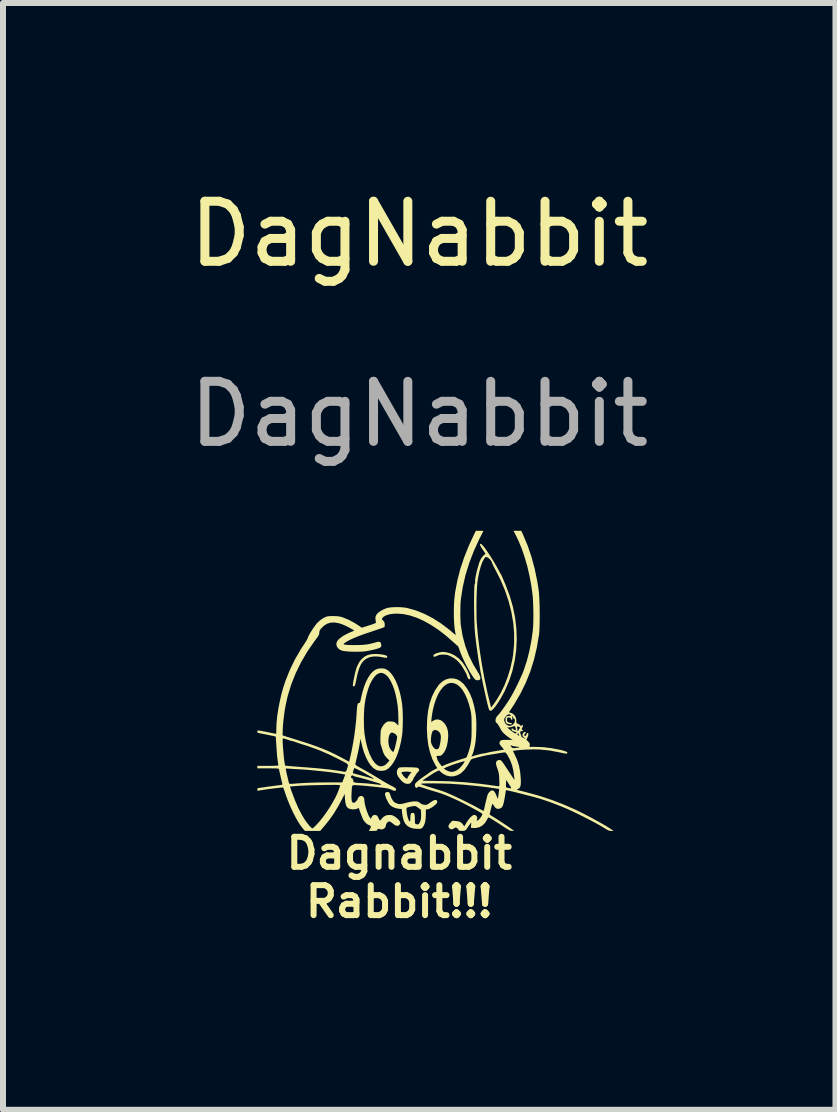
<source format=kicad_pcb>
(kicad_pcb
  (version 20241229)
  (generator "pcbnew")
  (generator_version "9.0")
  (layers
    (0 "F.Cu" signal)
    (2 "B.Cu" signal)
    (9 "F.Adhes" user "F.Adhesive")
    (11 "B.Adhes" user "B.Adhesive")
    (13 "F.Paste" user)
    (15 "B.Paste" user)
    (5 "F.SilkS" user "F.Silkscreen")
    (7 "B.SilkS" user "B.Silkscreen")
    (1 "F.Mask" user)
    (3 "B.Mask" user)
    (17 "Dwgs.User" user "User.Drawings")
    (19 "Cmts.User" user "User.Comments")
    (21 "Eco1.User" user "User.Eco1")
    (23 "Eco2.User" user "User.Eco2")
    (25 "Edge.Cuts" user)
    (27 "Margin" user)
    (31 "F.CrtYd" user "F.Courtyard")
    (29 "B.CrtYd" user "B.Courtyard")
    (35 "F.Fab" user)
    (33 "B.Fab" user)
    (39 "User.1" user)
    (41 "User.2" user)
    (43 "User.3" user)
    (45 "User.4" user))
  (footprint "DagNabbit"
    (layer "F.Cu")
    (at 3.935 8.928)
    (property "Reference" "DagNabbit" (at 0 -8.08 0) (unlocked yes) (layer "F.SilkS") (effects (font (size 1 1) (thickness 0.15))))
    (attr smd board_only)
    (fp_poly (pts (xy 0.434 -1.114) (xy 0.444 -1.112) (xy 0.521 -1.092) (xy 0.594 -1.056) (xy 0.661 -1.006) (xy 0.721 -0.942) (xy 0.774 -0.864) (xy 0.797 -0.821) (xy 0.823 -0.765) (xy 0.841 -0.721) (xy 0.85 -0.69) (xy 0.85 -0.67) (xy 0.841 -0.661) (xy 0.835 -0.66) (xy 0.819 -0.668) (xy 0.806 -0.69) (xy 0.798 -0.711) (xy 0.794 -0.725) (xy 0.793 -0.727) (xy 0.789 -0.74) (xy 0.778 -0.763) (xy 0.762 -0.793) (xy 0.742 -0.827) (xy 0.722 -0.861) (xy 0.703 -0.891) (xy 0.688 -0.911) (xy 0.65 -0.956) (xy 0.611 -0.991) (xy 0.565 -1.022) (xy 0.528 -1.041) (xy 0.494 -1.057) (xy 0.467 -1.066) (xy 0.44 -1.07) (xy 0.405 -1.072) (xy 0.403 -1.072) (xy 0.363 -1.071) (xy 0.333 -1.066) (xy 0.306 -1.056) (xy 0.301 -1.054) (xy 0.268 -1.04) (xy 0.247 -1.036) (xy 0.237 -1.042) (xy 0.235 -1.051) (xy 0.241 -1.069) (xy 0.261 -1.084) (xy 0.296 -1.098) (xy 0.33 -1.107) (xy 0.367 -1.115) (xy 0.399 -1.117)) (stroke (width 0) (type solid)) (fill yes) (layer "F.SilkS"))
    (fp_poly (pts (xy -0.649 -1.078) (xy -0.603 -1.071) (xy -0.569 -1.063) (xy -0.548 -1.056) (xy -0.538 -1.048) (xy -0.534 -1.039) (xy -0.533 -1.037) (xy -0.534 -1.026) (xy -0.54 -1.02) (xy -0.556 -1.019) (xy -0.582 -1.022) (xy -0.621 -1.029) (xy -0.632 -1.032) (xy -0.691 -1.04) (xy -0.751 -1.041) (xy -0.806 -1.034) (xy -0.85 -1.02) (xy -0.891 -0.998) (xy -0.926 -0.97) (xy -0.956 -0.935) (xy -0.982 -0.89) (xy -1.004 -0.834) (xy -1.025 -0.765) (xy -1.044 -0.682) (xy -1.048 -0.66) (xy -1.057 -0.615) (xy -1.064 -0.584) (xy -1.07 -0.564) (xy -1.075 -0.552) (xy -1.082 -0.547) (xy -1.09 -0.545) (xy -1.1 -0.544) (xy -1.106 -0.548) (xy -1.106 -0.561) (xy -1.104 -0.587) (xy -1.103 -0.591) (xy -1.097 -0.633) (xy -1.087 -0.683) (xy -1.076 -0.737) (xy -1.063 -0.79) (xy -1.05 -0.837) (xy -1.038 -0.873) (xy -1.035 -0.879) (xy -1 -0.947) (xy -0.956 -1.002) (xy -0.903 -1.044) (xy -0.855 -1.066) (xy -0.814 -1.076) (xy -0.763 -1.082) (xy -0.706 -1.082)) (stroke (width 0) (type solid)) (fill yes) (layer "F.SilkS"))
    (fp_poly (pts (xy -0.205 0.804) (xy -0.154 0.805) (xy -0.107 0.806) (xy -0.096 0.807) (xy -0.06 0.809) (xy -0.037 0.812) (xy -0.024 0.817) (xy -0.015 0.824) (xy -0.008 0.834) (xy -0.001 0.847) (xy -0.001 0.858) (xy -0.009 0.87) (xy -0.026 0.888) (xy -0.043 0.907) (xy -0.054 0.921) (xy -0.057 0.926) (xy -0.061 0.936) (xy -0.073 0.954) (xy -0.077 0.96) (xy -0.091 0.98) (xy -0.098 0.997) (xy -0.098 1) (xy -0.103 1.013) (xy -0.117 1.032) (xy -0.128 1.047) (xy -0.148 1.068) (xy -0.164 1.078) (xy -0.183 1.081) (xy -0.193 1.082) (xy -0.223 1.078) (xy -0.25 1.067) (xy -0.253 1.066) (xy -0.286 1.04) (xy -0.321 1.002) (xy -0.351 0.961) (xy -0.369 0.923) (xy -0.373 0.894) (xy -0.298 0.894) (xy -0.292 0.908) (xy -0.286 0.915) (xy -0.275 0.928) (xy -0.273 0.935) (xy -0.267 0.945) (xy -0.253 0.96) (xy -0.235 0.977) (xy -0.217 0.991) (xy -0.205 0.998) (xy -0.205 0.998) (xy -0.199 0.992) (xy -0.198 0.987) (xy -0.194 0.975) (xy -0.181 0.955) (xy -0.165 0.931) (xy -0.131 0.886) (xy -0.171 0.88) (xy -0.204 0.877) (xy -0.237 0.878) (xy -0.266 0.881) (xy -0.288 0.886) (xy -0.298 0.893) (xy -0.298 0.894) (xy -0.373 0.894) (xy -0.374 0.884) (xy -0.367 0.849) (xy -0.354 0.827) (xy -0.345 0.817) (xy -0.334 0.81) (xy -0.319 0.807) (xy -0.295 0.805) (xy -0.259 0.804) (xy -0.252 0.804)) (stroke (width 0) (type solid)) (fill yes) (layer "F.SilkS"))
    (fp_poly (pts (xy -0.508 1.22) (xy -0.503 1.223) (xy -0.493 1.238) (xy -0.485 1.259) (xy -0.475 1.29) (xy -0.46 1.325) (xy -0.441 1.357) (xy -0.423 1.38) (xy -0.422 1.381) (xy -0.403 1.394) (xy -0.376 1.406) (xy -0.366 1.41) (xy -0.347 1.416) (xy -0.328 1.418) (xy -0.307 1.417) (xy -0.281 1.413) (xy -0.245 1.404) (xy -0.196 1.391) (xy -0.153 1.382) (xy -0.108 1.375) (xy -0.075 1.373) (xy -0.044 1.374) (xy -0.022 1.378) (xy -0.005 1.386) (xy 0.013 1.4) (xy 0.046 1.421) (xy 0.084 1.43) (xy 0.086 1.43) (xy 0.107 1.431) (xy 0.123 1.429) (xy 0.14 1.422) (xy 0.162 1.407) (xy 0.185 1.391) (xy 0.224 1.365) (xy 0.253 1.352) (xy 0.275 1.349) (xy 0.292 1.358) (xy 0.292 1.358) (xy 0.302 1.378) (xy 0.295 1.401) (xy 0.273 1.426) (xy 0.266 1.432) (xy 0.218 1.469) (xy 0.177 1.493) (xy 0.146 1.505) (xy 0.135 1.507) (xy 0.11 1.507) (xy 0.11 1.593) (xy 0.106 1.667) (xy 0.095 1.729) (xy 0.076 1.777) (xy 0.055 1.808) (xy 0.041 1.821) (xy 0.026 1.828) (xy 0.006 1.831) (xy -0.023 1.831) (xy -0.057 1.829) (xy -0.09 1.826) (xy -0.109 1.823) (xy -0.161 1.805) (xy -0.203 1.778) (xy -0.236 1.741) (xy -0.26 1.691) (xy -0.276 1.629) (xy -0.284 1.58) (xy -0.293 1.5) (xy -0.341 1.497) (xy -0.353 1.494) (xy -0.213 1.494) (xy -0.213 1.519) (xy -0.209 1.551) (xy -0.204 1.587) (xy -0.197 1.622) (xy -0.188 1.653) (xy -0.182 1.67) (xy -0.169 1.697) (xy -0.159 1.709) (xy -0.153 1.705) (xy -0.149 1.685) (xy -0.148 1.65) (xy -0.147 1.611) (xy -0.142 1.585) (xy -0.133 1.571) (xy -0.118 1.565) (xy -0.111 1.565) (xy -0.095 1.567) (xy -0.084 1.576) (xy -0.077 1.594) (xy -0.074 1.623) (xy -0.073 1.666) (xy -0.073 1.666) (xy -0.073 1.705) (xy -0.071 1.73) (xy -0.066 1.745) (xy -0.056 1.752) (xy -0.039 1.755) (xy -0.025 1.756) (xy -0.012 1.753) (xy -0.000099 1.74) (xy 0.012 1.717) (xy 0.021 1.693) (xy 0.027 1.668) (xy 0.03 1.635) (xy 0.03 1.595) (xy 0.03 1.557) (xy 0.029 1.531) (xy 0.026 1.516) (xy 0.02 1.507) (xy 0.015 1.503) (xy -0.001 1.493) (xy -0.023 1.477) (xy -0.03 1.471) (xy -0.054 1.455) (xy -0.075 1.45) (xy -0.09 1.451) (xy -0.129 1.458) (xy -0.164 1.465) (xy -0.192 1.473) (xy -0.208 1.48) (xy -0.21 1.482) (xy -0.213 1.494) (xy -0.353 1.494) (xy -0.398 1.485) (xy -0.437 1.468) (xy -0.465 1.452) (xy -0.486 1.435) (xy -0.504 1.411) (xy -0.517 1.39) (xy -0.54 1.347) (xy -0.557 1.306) (xy -0.568 1.271) (xy -0.571 1.245) (xy -0.568 1.233) (xy -0.552 1.221) (xy -0.529 1.216)) (stroke (width 0) (type solid)) (fill yes) (layer "F.SilkS"))
    (fp_poly (pts (xy 1.038 -2.911) (xy 1.057 -2.892) (xy 1.082 -2.861) (xy 1.111 -2.822) (xy 1.143 -2.775) (xy 1.178 -2.723) (xy 1.213 -2.667) (xy 1.249 -2.609) (xy 1.282 -2.551) (xy 1.313 -2.496) (xy 1.328 -2.468) (xy 1.342 -2.441) (xy 1.354 -2.421) (xy 1.36 -2.41) (xy 1.36 -2.41) (xy 1.366 -2.401) (xy 1.375 -2.381) (xy 1.384 -2.36) (xy 1.396 -2.333) (xy 1.412 -2.296) (xy 1.429 -2.255) (xy 1.441 -2.227) (xy 1.508 -2.048) (xy 1.56 -1.868) (xy 1.597 -1.687) (xy 1.618 -1.505) (xy 1.624 -1.325) (xy 1.615 -1.146) (xy 1.59 -0.97) (xy 1.551 -0.798) (xy 1.496 -0.631) (xy 1.427 -0.472) (xy 1.393 -0.407) (xy 1.358 -0.345) (xy 1.323 -0.288) (xy 1.289 -0.237) (xy 1.258 -0.195) (xy 1.229 -0.163) (xy 1.206 -0.142) (xy 1.188 -0.135) (xy 1.173 -0.142) (xy 1.162 -0.158) (xy 1.157 -0.173) (xy 1.149 -0.202) (xy 1.139 -0.24) (xy 1.128 -0.286) (xy 1.119 -0.323) (xy 1.066 -0.561) (xy 1.02 -0.791) (xy 0.982 -1.016) (xy 0.95 -1.243) (xy 0.929 -1.423) (xy 0.926 -1.465) (xy 0.922 -1.517) (xy 0.92 -1.578) (xy 0.917 -1.645) (xy 0.916 -1.717) (xy 0.914 -1.792) (xy 0.914 -1.816) (xy 0.953 -1.816) (xy 0.954 -1.738) (xy 0.955 -1.666) (xy 0.958 -1.604) (xy 0.96 -1.583) (xy 0.979 -1.365) (xy 1.008 -1.138) (xy 1.044 -0.904) (xy 1.087 -0.668) (xy 1.137 -0.434) (xy 1.161 -0.334) (xy 1.196 -0.19) (xy 1.216 -0.215) (xy 1.229 -0.232) (xy 1.248 -0.258) (xy 1.271 -0.291) (xy 1.29 -0.32) (xy 1.359 -0.436) (xy 1.421 -0.565) (xy 1.474 -0.703) (xy 1.518 -0.847) (xy 1.551 -0.994) (xy 1.563 -1.068) (xy 1.58 -1.242) (xy 1.581 -1.419) (xy 1.566 -1.598) (xy 1.535 -1.779) (xy 1.489 -1.96) (xy 1.428 -2.141) (xy 1.352 -2.321) (xy 1.265 -2.492) (xy 1.245 -2.53) (xy 1.228 -2.564) (xy 1.216 -2.59) (xy 1.21 -2.606) (xy 1.21 -2.607) (xy 1.204 -2.625) (xy 1.188 -2.647) (xy 1.167 -2.669) (xy 1.145 -2.687) (xy 1.126 -2.697) (xy 1.126 -2.697) (xy 1.111 -2.699) (xy 1.098 -2.691) (xy 1.083 -2.672) (xy 1.083 -2.671) (xy 1.053 -2.618) (xy 1.027 -2.549) (xy 1.003 -2.464) (xy 0.982 -2.363) (xy 0.972 -2.302) (xy 0.967 -2.259) (xy 0.963 -2.203) (xy 0.959 -2.136) (xy 0.956 -2.06) (xy 0.954 -1.98) (xy 0.953 -1.898) (xy 0.953 -1.816) (xy 0.914 -1.816) (xy 0.913 -1.867) (xy 0.913 -1.941) (xy 0.913 -2.011) (xy 0.914 -2.076) (xy 0.915 -2.134) (xy 0.917 -2.183) (xy 0.919 -2.22) (xy 0.922 -2.245) (xy 0.925 -2.253) (xy 0.932 -2.269) (xy 0.931 -2.278) (xy 0.929 -2.296) (xy 0.932 -2.327) (xy 0.938 -2.367) (xy 0.948 -2.414) (xy 0.959 -2.465) (xy 0.973 -2.516) (xy 0.987 -2.565) (xy 1.001 -2.608) (xy 1.014 -2.642) (xy 1.019 -2.653) (xy 1.037 -2.683) (xy 1.059 -2.712) (xy 1.08 -2.733) (xy 1.094 -2.742) (xy 1.1 -2.746) (xy 1.1 -2.754) (xy 1.093 -2.769) (xy 1.077 -2.792) (xy 1.06 -2.817) (xy 1.032 -2.857) (xy 1.016 -2.887) (xy 1.011 -2.906) (xy 1.016 -2.916) (xy 1.026 -2.918)) (stroke (width 0) (type solid)) (fill yes) (layer "F.SilkS"))
    (fp_poly (pts (xy 1.036 -3.135) (xy 1.058 -3.134) (xy 1.068 -3.133) (xy 1.068 -3.133) (xy 1.065 -3.125) (xy 1.055 -3.105) (xy 1.04 -3.075) (xy 1.021 -3.037) (xy 1.003 -3.002) (xy 0.911 -2.803) (xy 0.834 -2.602) (xy 0.771 -2.4) (xy 0.725 -2.199) (xy 0.694 -2) (xy 0.693 -1.993) (xy 0.689 -1.943) (xy 0.686 -1.882) (xy 0.685 -1.814) (xy 0.684 -1.744) (xy 0.686 -1.676) (xy 0.688 -1.615) (xy 0.692 -1.565) (xy 0.693 -1.556) (xy 0.722 -1.385) (xy 0.766 -1.22) (xy 0.824 -1.062) (xy 0.898 -0.911) (xy 0.965 -0.8) (xy 0.996 -0.748) (xy 1.014 -0.707) (xy 1.019 -0.677) (xy 1.012 -0.656) (xy 0.992 -0.646) (xy 0.963 -0.645) (xy 0.949 -0.647) (xy 0.937 -0.652) (xy 0.925 -0.663) (xy 0.91 -0.681) (xy 0.89 -0.71) (xy 0.879 -0.727) (xy 0.843 -0.783) (xy 0.806 -0.85) (xy 0.768 -0.922) (xy 0.733 -0.996) (xy 0.702 -1.066) (xy 0.678 -1.128) (xy 0.676 -1.133) (xy 0.664 -1.168) (xy 0.653 -1.196) (xy 0.645 -1.213) (xy 0.641 -1.218) (xy 0.632 -1.224) (xy 0.614 -1.238) (xy 0.59 -1.26) (xy 0.565 -1.282) (xy 0.442 -1.39) (xy 0.319 -1.485) (xy 0.196 -1.566) (xy 0.075 -1.634) (xy -0.043 -1.687) (xy -0.159 -1.725) (xy -0.271 -1.748) (xy -0.369 -1.755) (xy -0.441 -1.752) (xy -0.503 -1.742) (xy -0.555 -1.725) (xy -0.594 -1.703) (xy -0.6 -1.697) (xy -0.618 -1.678) (xy -0.622 -1.662) (xy -0.611 -1.647) (xy -0.601 -1.639) (xy -0.586 -1.622) (xy -0.578 -1.599) (xy -0.576 -1.58) (xy -0.575 -1.55) (xy -0.58 -1.533) (xy -0.583 -1.53) (xy -0.594 -1.525) (xy -0.618 -1.516) (xy -0.654 -1.503) (xy -0.698 -1.488) (xy -0.749 -1.471) (xy -0.79 -1.457) (xy -0.907 -1.418) (xy -1.008 -1.381) (xy -1.092 -1.347) (xy -1.161 -1.315) (xy -1.213 -1.286) (xy -1.221 -1.28) (xy -1.246 -1.264) (xy -1.258 -1.254) (xy -1.26 -1.248) (xy -1.253 -1.243) (xy -1.248 -1.24) (xy -1.232 -1.237) (xy -1.201 -1.234) (xy -1.157 -1.232) (xy -1.103 -1.231) (xy -1.069 -1.231) (xy -0.99 -1.232) (xy -0.923 -1.236) (xy -0.864 -1.243) (xy -0.808 -1.254) (xy -0.75 -1.269) (xy -0.714 -1.28) (xy -0.678 -1.287) (xy -0.654 -1.282) (xy -0.639 -1.265) (xy -0.633 -1.237) (xy -0.633 -1.213) (xy -0.64 -1.199) (xy -0.65 -1.19) (xy -0.671 -1.18) (xy -0.705 -1.169) (xy -0.749 -1.157) (xy -0.797 -1.146) (xy -0.847 -1.136) (xy -0.896 -1.128) (xy -0.909 -1.126) (xy -0.957 -1.122) (xy -1.012 -1.12) (xy -1.071 -1.12) (xy -1.131 -1.121) (xy -1.187 -1.124) (xy -1.236 -1.129) (xy -1.274 -1.135) (xy -1.287 -1.138) (xy -1.33 -1.158) (xy -1.36 -1.186) (xy -1.378 -1.22) (xy -1.381 -1.257) (xy -1.369 -1.293) (xy -1.348 -1.321) (xy -1.314 -1.351) (xy -1.268 -1.383) (xy -1.213 -1.414) (xy -1.151 -1.443) (xy -1.129 -1.452) (xy -1.081 -1.472) (xy -1.113 -1.491) (xy -1.17 -1.524) (xy -1.231 -1.554) (xy -1.291 -1.579) (xy -1.337 -1.594) (xy -1.409 -1.607) (xy -1.474 -1.605) (xy -1.533 -1.588) (xy -1.587 -1.554) (xy -1.628 -1.515) (xy -1.649 -1.489) (xy -1.66 -1.469) (xy -1.665 -1.449) (xy -1.665 -1.438) (xy -1.666 -1.423) (xy -1.67 -1.408) (xy -1.678 -1.391) (xy -1.692 -1.368) (xy -1.714 -1.338) (xy -1.743 -1.299) (xy -1.863 -1.126) (xy -1.968 -0.947) (xy -2.058 -0.763) (xy -2.133 -0.575) (xy -2.192 -0.382) (xy -2.223 -0.243) (xy -2.24 -0.151) (xy -2.254 -0.053) (xy -2.265 0.045) (xy -2.273 0.137) (xy -2.275 0.192) (xy -2.277 0.273) (xy -2.24 0.285) (xy -2.223 0.291) (xy -2.192 0.301) (xy -2.15 0.314) (xy -2.099 0.33) (xy -2.041 0.348) (xy -1.978 0.368) (xy -1.948 0.377) (xy -1.822 0.418) (xy -1.709 0.458) (xy -1.605 0.498) (xy -1.507 0.539) (xy -1.412 0.584) (xy -1.314 0.634) (xy -1.29 0.647) (xy -1.169 0.712) (xy -1.146 0.62) (xy -1.124 0.519) (xy -1.103 0.405) (xy -1.083 0.284) (xy -1.067 0.159) (xy -1.053 0.035) (xy -1.05 -0.007) (xy -0.923 -0.007) (xy -0.922 0.076) (xy -0.92 0.155) (xy -0.914 0.226) (xy -0.91 0.258) (xy -0.889 0.382) (xy -0.86 0.493) (xy -0.825 0.59) (xy -0.783 0.673) (xy -0.773 0.689) (xy -0.736 0.738) (xy -0.697 0.771) (xy -0.657 0.788) (xy -0.617 0.788) (xy -0.578 0.773) (xy -0.567 0.766) (xy -0.543 0.745) (xy -0.521 0.723) (xy -0.516 0.716) (xy -0.497 0.69) (xy -0.528 0.663) (xy -0.571 0.615) (xy -0.6 0.56) (xy -0.607 0.539) (xy -0.615 0.51) (xy -0.626 0.475) (xy -0.633 0.454) (xy -0.641 0.431) (xy -0.645 0.408) (xy -0.647 0.381) (xy -0.648 0.348) (xy -0.514 0.348) (xy -0.514 0.393) (xy -0.507 0.437) (xy -0.499 0.467) (xy -0.484 0.498) (xy -0.465 0.524) (xy -0.447 0.542) (xy -0.432 0.548) (xy -0.427 0.541) (xy -0.419 0.521) (xy -0.41 0.494) (xy -0.408 0.488) (xy -0.395 0.437) (xy -0.384 0.39) (xy -0.375 0.348) (xy -0.37 0.315) (xy -0.369 0.292) (xy -0.372 0.283) (xy -0.381 0.274) (xy -0.382 0.27) (xy -0.389 0.259) (xy -0.406 0.246) (xy -0.428 0.235) (xy -0.449 0.228) (xy -0.463 0.227) (xy -0.483 0.241) (xy -0.498 0.268) (xy -0.509 0.305) (xy -0.514 0.348) (xy -0.648 0.348) (xy -0.648 0.346) (xy -0.647 0.299) (xy -0.647 0.295) (xy -0.645 0.249) (xy -0.643 0.216) (xy -0.64 0.191) (xy -0.635 0.171) (xy -0.627 0.152) (xy -0.619 0.137) (xy -0.595 0.098) (xy -0.567 0.068) (xy -0.561 0.064) (xy -0.542 0.05) (xy -0.525 0.043) (xy -0.505 0.041) (xy -0.476 0.042) (xy -0.471 0.042) (xy -0.439 0.045) (xy -0.418 0.05) (xy -0.401 0.06) (xy -0.382 0.077) (xy -0.381 0.078) (xy -0.348 0.11) (xy -0.348 -0.012) (xy -0.351 -0.117) (xy -0.36 -0.219) (xy -0.375 -0.316) (xy -0.394 -0.407) (xy -0.417 -0.49) (xy -0.445 -0.565) (xy -0.476 -0.631) (xy -0.509 -0.685) (xy -0.545 -0.726) (xy -0.584 -0.754) (xy -0.623 -0.768) (xy -0.636 -0.768) (xy -0.675 -0.76) (xy -0.714 -0.737) (xy -0.751 -0.698) (xy -0.786 -0.647) (xy -0.819 -0.584) (xy -0.848 -0.509) (xy -0.873 -0.425) (xy -0.895 -0.332) (xy -0.911 -0.232) (xy -0.917 -0.167) (xy -0.921 -0.09) (xy -0.923 -0.007) (xy -1.05 -0.007) (xy -1.044 -0.083) (xy -1.042 -0.12) (xy -1.038 -0.174) (xy -1.034 -0.213) (xy -1.029 -0.241) (xy -1.021 -0.257) (xy -1.012 -0.266) (xy -0.999 -0.268) (xy -0.999 -0.268) (xy -0.991 -0.272) (xy -0.985 -0.284) (xy -0.978 -0.308) (xy -0.971 -0.343) (xy -0.947 -0.446) (xy -0.918 -0.54) (xy -0.885 -0.624) (xy -0.847 -0.696) (xy -0.806 -0.755) (xy -0.762 -0.799) (xy -0.72 -0.826) (xy -0.681 -0.839) (xy -0.634 -0.843) (xy -0.589 -0.84) (xy -0.561 -0.832) (xy -0.515 -0.804) (xy -0.47 -0.76) (xy -0.429 -0.703) (xy -0.391 -0.633) (xy -0.357 -0.551) (xy -0.328 -0.459) (xy -0.304 -0.358) (xy -0.286 -0.249) (xy -0.286 -0.246) (xy -0.28 -0.186) (xy -0.276 -0.114) (xy -0.274 -0.034) (xy -0.274 0.048) (xy -0.276 0.127) (xy -0.279 0.201) (xy -0.285 0.262) (xy -0.286 0.268) (xy -0.304 0.377) (xy -0.328 0.478) (xy -0.357 0.571) (xy -0.39 0.653) (xy -0.428 0.723) (xy -0.47 0.781) (xy -0.514 0.825) (xy -0.56 0.853) (xy -0.561 0.853) (xy -0.601 0.863) (xy -0.647 0.864) (xy -0.692 0.858) (xy -0.72 0.848) (xy -0.767 0.817) (xy -0.811 0.77) (xy -0.852 0.71) (xy -0.889 0.636) (xy -0.923 0.55) (xy -0.951 0.454) (xy -0.959 0.417) (xy -0.979 0.331) (xy -0.997 0.438) (xy -1.007 0.491) (xy -1.019 0.551) (xy -1.032 0.608) (xy -1.04 0.645) (xy -1.05 0.684) (xy -1.058 0.718) (xy -1.063 0.744) (xy -1.065 0.757) (xy -1.065 0.757) (xy -1.058 0.766) (xy -1.038 0.781) (xy -1.009 0.799) (xy -0.988 0.81) (xy -0.79 0.922) (xy -0.652 1.006) (xy -0.607 1.034) (xy -0.557 1.063) (xy -0.509 1.09) (xy -0.469 1.111) (xy -0.432 1.13) (xy -0.408 1.145) (xy -0.394 1.156) (xy -0.387 1.165) (xy -0.386 1.174) (xy -0.392 1.191) (xy -0.409 1.197) (xy -0.436 1.192) (xy -0.464 1.179) (xy -0.486 1.169) (xy -0.513 1.161) (xy -0.548 1.154) (xy -0.595 1.147) (xy -0.615 1.145) (xy -0.707 1.134) (xy -0.797 1.125) (xy -0.879 1.116) (xy -0.953 1.11) (xy -1.014 1.105) (xy -1.037 1.104) (xy -1.068 1.102) (xy -1.091 1.102) (xy -1.106 1.105) (xy -1.115 1.115) (xy -1.121 1.134) (xy -1.124 1.164) (xy -1.126 1.206) (xy -1.128 1.232) (xy -1.13 1.291) (xy -1.129 1.335) (xy -1.124 1.366) (xy -1.116 1.386) (xy -1.103 1.395) (xy -1.097 1.397) (xy -1.079 1.394) (xy -1.06 1.38) (xy -1.05 1.369) (xy -1.034 1.349) (xy -1.025 1.332) (xy -1.023 1.327) (xy -1.016 1.309) (xy -0.999 1.293) (xy -0.977 1.283) (xy -0.969 1.282) (xy -0.943 1.289) (xy -0.924 1.31) (xy -0.915 1.341) (xy -0.915 1.351) (xy -0.912 1.386) (xy -0.903 1.43) (xy -0.891 1.479) (xy -0.875 1.529) (xy -0.858 1.575) (xy -0.841 1.614) (xy -0.825 1.641) (xy -0.821 1.646) (xy -0.803 1.665) (xy -0.795 1.638) (xy -0.78 1.614) (xy -0.757 1.601) (xy -0.731 1.599) (xy -0.707 1.608) (xy -0.689 1.628) (xy -0.686 1.636) (xy -0.675 1.66) (xy -0.665 1.679) (xy -0.657 1.689) (xy -0.65 1.69) (xy -0.64 1.68) (xy -0.627 1.663) (xy -0.591 1.627) (xy -0.548 1.605) (xy -0.497 1.599) (xy -0.497 1.599) (xy -0.462 1.602) (xy -0.432 1.612) (xy -0.4 1.63) (xy -0.364 1.66) (xy -0.357 1.667) (xy -0.329 1.697) (xy -0.316 1.722) (xy -0.317 1.745) (xy -0.332 1.765) (xy -0.353 1.779) (xy -0.378 1.78) (xy -0.407 1.768) (xy -0.443 1.741) (xy -0.45 1.735) (xy -0.473 1.718) (xy -0.493 1.708) (xy -0.501 1.707) (xy -0.52 1.714) (xy -0.539 1.732) (xy -0.552 1.756) (xy -0.557 1.778) (xy -0.564 1.804) (xy -0.584 1.825) (xy -0.611 1.838) (xy -0.628 1.84) (xy -0.652 1.838) (xy -0.672 1.833) (xy -0.673 1.832) (xy -0.685 1.829) (xy -0.695 1.84) (xy -0.697 1.845) (xy -0.703 1.855) (xy -0.711 1.861) (xy -0.726 1.864) (xy -0.752 1.865) (xy -0.773 1.865) (xy -0.84 1.865) (xy -0.823 1.838) (xy -0.809 1.808) (xy -0.808 1.786) (xy -0.822 1.773) (xy -0.831 1.771) (xy -0.86 1.758) (xy -0.891 1.733) (xy -0.919 1.7) (xy -0.937 1.672) (xy -0.945 1.652) (xy -0.957 1.624) (xy -0.97 1.591) (xy -0.983 1.556) (xy -0.994 1.524) (xy -1.003 1.499) (xy -1.007 1.485) (xy -1.007 1.484) (xy -1.013 1.485) (xy -1.029 1.493) (xy -1.031 1.494) (xy -1.065 1.504) (xy -1.105 1.507) (xy -1.145 1.502) (xy -1.178 1.49) (xy -1.183 1.488) (xy -1.203 1.469) (xy -1.218 1.444) (xy -1.228 1.41) (xy -1.235 1.363) (xy -1.238 1.326) (xy -1.242 1.249) (xy -1.287 1.338) (xy -1.353 1.46) (xy -1.42 1.57) (xy -1.492 1.673) (xy -1.573 1.775) (xy -1.589 1.794) (xy -1.65 1.865) (xy -1.905 1.865) (xy -1.932 1.834) (xy -1.974 1.781) (xy -2.017 1.714) (xy -2.062 1.636) (xy -2.106 1.549) (xy -2.149 1.456) (xy -2.189 1.359) (xy -2.226 1.26) (xy -2.231 1.243) (xy -2.244 1.205) (xy -2.255 1.174) (xy -2.263 1.152) (xy -2.268 1.143) (xy -2.268 1.143) (xy -2.277 1.142) (xy -2.3 1.144) (xy -2.335 1.147) (xy -2.377 1.152) (xy -2.426 1.158) (xy -2.477 1.164) (xy -2.529 1.171) (xy -2.578 1.178) (xy -2.621 1.184) (xy -2.657 1.19) (xy -2.68 1.195) (xy -2.694 1.196) (xy -2.698 1.187) (xy -2.697 1.176) (xy -2.694 1.153) (xy -2.569 1.135) (xy -2.516 1.127) (xy -2.51 1.126) (xy -2.155 1.126) (xy -2.126 1.209) (xy -2.072 1.352) (xy -2.016 1.482) (xy -1.956 1.597) (xy -1.904 1.683) (xy -1.878 1.72) (xy -1.85 1.755) (xy -1.825 1.786) (xy -1.802 1.808) (xy -1.786 1.821) (xy -1.78 1.823) (xy -1.771 1.818) (xy -1.753 1.803) (xy -1.731 1.782) (xy -1.724 1.775) (xy -1.667 1.713) (xy -1.608 1.64) (xy -1.55 1.561) (xy -1.494 1.477) (xy -1.443 1.392) (xy -1.398 1.31) (xy -1.362 1.233) (xy -1.335 1.163) (xy -1.334 1.159) (xy -1.317 1.106) (xy -1.338 1.101) (xy -1.354 1.1) (xy -1.383 1.099) (xy -1.425 1.098) (xy -1.477 1.099) (xy -1.536 1.099) (xy -1.601 1.1) (xy -1.67 1.102) (xy -1.739 1.103) (xy -1.807 1.105) (xy -1.872 1.107) (xy -1.931 1.11) (xy -1.982 1.112) (xy -2.023 1.115) (xy -2.037 1.116) (xy -2.155 1.126) (xy -2.51 1.126) (xy -2.461 1.12) (xy -2.408 1.113) (xy -2.365 1.107) (xy -2.359 1.107) (xy -2.321 1.102) (xy -2.297 1.098) (xy -2.284 1.094) (xy -2.279 1.089) (xy -2.28 1.082) (xy -2.281 1.078) (xy -2.286 1.063) (xy -2.293 1.035) (xy -2.301 0.999) (xy -2.31 0.96) (xy -2.319 0.92) (xy -2.327 0.884) (xy -2.333 0.857) (xy -2.336 0.842) (xy -2.337 0.838) (xy -2.223 0.838) (xy -2.221 0.85) (xy -2.216 0.875) (xy -2.209 0.909) (xy -2.2 0.947) (xy -2.191 0.986) (xy -2.182 1.022) (xy -2.175 1.052) (xy -2.17 1.07) (xy -2.169 1.072) (xy -2.164 1.078) (xy -2.151 1.081) (xy -2.128 1.081) (xy -2.092 1.078) (xy -2.057 1.076) (xy -2.011 1.072) (xy -1.958 1.069) (xy -1.904 1.066) (xy -1.886 1.065) (xy -1.84 1.063) (xy -1.782 1.061) (xy -1.715 1.059) (xy -1.643 1.058) (xy -1.571 1.057) (xy -1.518 1.057) (xy -1.283 1.057) (xy -1.258 0.992) (xy -1.252 0.976) (xy -1.137 0.976) (xy -1.13 0.987) (xy -1.119 0.987) (xy -1.111 0.988) (xy -1.112 0.995) (xy -1.112 1.005) (xy -1.108 1.007) (xy -1.101 1.014) (xy -1.098 1.031) (xy -1.098 1.041) (xy -1.095 1.049) (xy -1.087 1.054) (xy -1.072 1.059) (xy -1.048 1.062) (xy -1.013 1.065) (xy -0.965 1.068) (xy -0.932 1.07) (xy -0.883 1.073) (xy -0.831 1.078) (xy -0.784 1.083) (xy -0.761 1.086) (xy -0.723 1.09) (xy -0.689 1.094) (xy -0.663 1.097) (xy -0.657 1.097) (xy -0.638 1.097) (xy -0.634 1.094) (xy -0.642 1.087) (xy -0.644 1.085) (xy -0.666 1.073) (xy -0.682 1.068) (xy -0.697 1.064) (xy -0.724 1.056) (xy -0.761 1.045) (xy -0.804 1.032) (xy -0.832 1.023) (xy -0.882 1.008) (xy -0.933 0.994) (xy -0.98 0.981) (xy -1.018 0.972) (xy -1.03 0.969) (xy -1.061 0.962) (xy -1.085 0.954) (xy -1.097 0.949) (xy -1.098 0.947) (xy -1.104 0.94) (xy -1.117 0.941) (xy -1.13 0.948) (xy -1.136 0.957) (xy -1.137 0.976) (xy -1.252 0.976) (xy -1.233 0.927) (xy -1.28 0.918) (xy -1.327 0.909) (xy -1.374 0.902) (xy -1.106 0.902) (xy -1.105 0.902) (xy -1.097 0.906) (xy -1.074 0.912) (xy -1.042 0.921) (xy -1.001 0.932) (xy -0.973 0.939) (xy -0.926 0.952) (xy -0.881 0.964) (xy -0.843 0.974) (xy -0.815 0.982) (xy -0.807 0.985) (xy -0.779 0.994) (xy -0.763 0.997) (xy -0.757 0.997) (xy -0.757 0.995) (xy -0.764 0.989) (xy -0.783 0.976) (xy -0.812 0.959) (xy -0.848 0.938) (xy -0.888 0.916) (xy -0.93 0.892) (xy -0.972 0.87) (xy -1.01 0.85) (xy -1.042 0.834) (xy -1.066 0.823) (xy -1.079 0.818) (xy -1.08 0.818) (xy -1.087 0.828) (xy -1.094 0.847) (xy -1.101 0.87) (xy -1.105 0.89) (xy -1.106 0.902) (xy -1.374 0.902) (xy -1.387 0.9) (xy -1.459 0.89) (xy -1.539 0.88) (xy -1.625 0.871) (xy -1.714 0.862) (xy -1.803 0.853) (xy -1.89 0.846) (xy -1.971 0.84) (xy -2.044 0.836) (xy -2.088 0.834) (xy -2.129 0.831) (xy -2.164 0.829) (xy -2.184 0.827) (xy -2.208 0.825) (xy -2.22 0.828) (xy -2.223 0.835) (xy -2.223 0.838) (xy -2.337 0.838) (xy -2.338 0.836) (xy -2.341 0.831) (xy -2.349 0.828) (xy -2.362 0.826) (xy -2.384 0.824) (xy -2.415 0.824) (xy -2.459 0.823) (xy -2.518 0.823) (xy -2.698 0.823) (xy -2.698 0.782) (xy -2.523 0.782) (xy -2.471 0.781) (xy -2.426 0.78) (xy -2.388 0.779) (xy -2.362 0.777) (xy -2.349 0.775) (xy -2.348 0.775) (xy -2.349 0.764) (xy -2.352 0.741) (xy -2.357 0.708) (xy -2.361 0.679) (xy -2.366 0.639) (xy -2.371 0.588) (xy -2.375 0.531) (xy -2.379 0.473) (xy -2.381 0.443) (xy -2.384 0.396) (xy -2.387 0.356) (xy -2.276 0.356) (xy -2.276 0.38) (xy -2.273 0.431) (xy -2.269 0.489) (xy -2.264 0.549) (xy -2.259 0.608) (xy -2.253 0.66) (xy -2.248 0.702) (xy -2.245 0.719) (xy -2.236 0.777) (xy -2.182 0.783) (xy -2.159 0.785) (xy -2.123 0.788) (xy -2.075 0.792) (xy -2.019 0.796) (xy -1.957 0.801) (xy -1.893 0.806) (xy -1.886 0.806) (xy -1.802 0.813) (xy -1.716 0.82) (xy -1.629 0.828) (xy -1.545 0.837) (xy -1.466 0.846) (xy -1.396 0.856) (xy -1.337 0.864) (xy -1.291 0.872) (xy -1.29 0.872) (xy -1.256 0.879) (xy -1.234 0.88) (xy -1.221 0.873) (xy -1.212 0.857) (xy -1.202 0.828) (xy -1.2 0.821) (xy -1.193 0.799) (xy -1.189 0.782) (xy -1.188 0.769) (xy -1.193 0.757) (xy -1.205 0.745) (xy -1.226 0.732) (xy -1.257 0.714) (xy -1.301 0.692) (xy -1.331 0.676) (xy -1.501 0.592) (xy -1.667 0.52) (xy -1.836 0.459) (xy -1.885 0.443) (xy -1.937 0.427) (xy -1.985 0.411) (xy -2.025 0.398) (xy -2.056 0.387) (xy -2.074 0.38) (xy -2.078 0.379) (xy -2.094 0.372) (xy -2.103 0.372) (xy -2.114 0.37) (xy -2.137 0.364) (xy -2.168 0.354) (xy -2.186 0.348) (xy -2.219 0.337) (xy -2.247 0.329) (xy -2.265 0.324) (xy -2.269 0.323) (xy -2.274 0.331) (xy -2.276 0.356) (xy -2.387 0.356) (xy -2.387 0.354) (xy -2.389 0.321) (xy -2.391 0.3) (xy -2.392 0.293) (xy -2.401 0.291) (xy -2.423 0.286) (xy -2.455 0.279) (xy -2.494 0.271) (xy -2.536 0.262) (xy -2.58 0.253) (xy -2.621 0.245) (xy -2.656 0.239) (xy -2.667 0.236) (xy -2.688 0.231) (xy -2.697 0.222) (xy -2.698 0.21) (xy -2.697 0.198) (xy -2.691 0.192) (xy -2.676 0.192) (xy -2.659 0.195) (xy -2.636 0.198) (xy -2.601 0.205) (xy -2.558 0.213) (xy -2.513 0.223) (xy -2.505 0.224) (xy -2.463 0.233) (xy -2.428 0.24) (xy -2.401 0.245) (xy -2.387 0.248) (xy -2.386 0.248) (xy -2.384 0.241) (xy -2.383 0.22) (xy -2.382 0.19) (xy -2.382 0.174) (xy -2.378 0.071) (xy -2.367 -0.043) (xy -2.349 -0.164) (xy -2.325 -0.288) (xy -2.297 -0.411) (xy -2.264 -0.529) (xy -2.229 -0.635) (xy -2.157 -0.815) (xy -2.075 -0.985) (xy -1.98 -1.15) (xy -1.926 -1.233) (xy -1.902 -1.27) (xy -1.881 -1.304) (xy -1.866 -1.33) (xy -1.858 -1.348) (xy -1.857 -1.351) (xy -1.852 -1.367) (xy -1.839 -1.394) (xy -1.82 -1.427) (xy -1.797 -1.465) (xy -1.771 -1.505) (xy -1.744 -1.543) (xy -1.719 -1.577) (xy -1.697 -1.603) (xy -1.693 -1.607) (xy -1.646 -1.649) (xy -1.597 -1.681) (xy -1.585 -1.687) (xy -1.559 -1.699) (xy -1.538 -1.707) (xy -1.517 -1.711) (xy -1.491 -1.713) (xy -1.455 -1.714) (xy -1.432 -1.714) (xy -1.385 -1.713) (xy -1.35 -1.71) (xy -1.32 -1.705) (xy -1.29 -1.697) (xy -1.271 -1.691) (xy -1.176 -1.652) (xy -1.082 -1.602) (xy -1.025 -1.566) (xy -0.957 -1.52) (xy -0.836 -1.559) (xy -0.788 -1.574) (xy -0.755 -1.586) (xy -0.734 -1.596) (xy -0.723 -1.603) (xy -0.72 -1.609) (xy -0.721 -1.61) (xy -0.727 -1.635) (xy -0.73 -1.667) (xy -0.73 -1.697) (xy -0.728 -1.706) (xy -0.712 -1.74) (xy -0.681 -1.773) (xy -0.638 -1.803) (xy -0.586 -1.83) (xy -0.535 -1.849) (xy -0.498 -1.856) (xy -0.448 -1.861) (xy -0.391 -1.863) (xy -0.331 -1.863) (xy -0.272 -1.859) (xy -0.22 -1.853) (xy -0.198 -1.848) (xy -0.056 -1.808) (xy 0.086 -1.751) (xy 0.227 -1.678) (xy 0.366 -1.589) (xy 0.504 -1.484) (xy 0.548 -1.447) (xy 0.607 -1.396) (xy 0.596 -1.459) (xy 0.586 -1.531) (xy 0.58 -1.614) (xy 0.576 -1.706) (xy 0.576 -1.803) (xy 0.578 -1.899) (xy 0.584 -1.992) (xy 0.593 -2.076) (xy 0.597 -2.108) (xy 0.634 -2.305) (xy 0.684 -2.5) (xy 0.749 -2.695) (xy 0.828 -2.892) (xy 0.89 -3.025) (xy 0.943 -3.135) (xy 1.006 -3.135)) (stroke (width 0) (type solid)) (fill yes) (layer "F.SilkS"))
    (fp_poly (pts (xy 1.733 -3.062) (xy 1.806 -2.887) (xy 1.87 -2.7) (xy 1.923 -2.502) (xy 1.966 -2.294) (xy 1.991 -2.135) (xy 1.995 -2.09) (xy 1.999 -2.032) (xy 2.002 -1.963) (xy 2.005 -1.888) (xy 2.006 -1.808) (xy 2.007 -1.727) (xy 2.006 -1.648) (xy 2.005 -1.573) (xy 2.003 -1.506) (xy 2 -1.45) (xy 1.996 -1.406) (xy 1.995 -1.403) (xy 1.959 -1.189) (xy 1.911 -0.986) (xy 1.85 -0.791) (xy 1.775 -0.604) (xy 1.687 -0.424) (xy 1.584 -0.248) (xy 1.542 -0.183) (xy 1.493 -0.111) (xy 1.525 -0.102) (xy 1.565 -0.083) (xy 1.595 -0.051) (xy 1.613 -0.01) (xy 1.618 0.031) (xy 1.619 0.056) (xy 1.623 0.07) (xy 1.632 0.076) (xy 1.641 0.078) (xy 1.663 0.089) (xy 1.683 0.106) (xy 1.695 0.119) (xy 1.7 0.119) (xy 1.701 0.113) (xy 1.707 0.101) (xy 1.717 0.099) (xy 1.725 0.108) (xy 1.727 0.115) (xy 1.722 0.135) (xy 1.714 0.152) (xy 1.706 0.166) (xy 1.708 0.173) (xy 1.714 0.176) (xy 1.725 0.188) (xy 1.727 0.195) (xy 1.722 0.204) (xy 1.708 0.204) (xy 1.707 0.203) (xy 1.691 0.203) (xy 1.683 0.215) (xy 1.682 0.217) (xy 1.683 0.238) (xy 1.69 0.255) (xy 1.698 0.273) (xy 1.699 0.285) (xy 1.703 0.294) (xy 1.717 0.306) (xy 1.735 0.317) (xy 1.752 0.324) (xy 1.763 0.324) (xy 1.764 0.323) (xy 1.763 0.316) (xy 1.758 0.315) (xy 1.741 0.308) (xy 1.726 0.291) (xy 1.719 0.272) (xy 1.718 0.268) (xy 1.724 0.246) (xy 1.738 0.226) (xy 1.756 0.216) (xy 1.76 0.215) (xy 1.774 0.219) (xy 1.774 0.231) (xy 1.759 0.249) (xy 1.748 0.263) (xy 1.75 0.275) (xy 1.752 0.278) (xy 1.765 0.285) (xy 1.777 0.277) (xy 1.786 0.259) (xy 1.787 0.254) (xy 1.795 0.238) (xy 1.804 0.233) (xy 1.815 0.237) (xy 1.818 0.253) (xy 1.814 0.278) (xy 1.803 0.308) (xy 1.801 0.311) (xy 1.785 0.346) (xy 1.815 0.377) (xy 1.833 0.397) (xy 1.841 0.412) (xy 1.842 0.43) (xy 1.841 0.436) (xy 1.836 0.465) (xy 1.938 0.465) (xy 2.065 0.47) (xy 2.198 0.486) (xy 2.332 0.511) (xy 2.354 0.516) (xy 2.404 0.529) (xy 2.438 0.54) (xy 2.46 0.55) (xy 2.468 0.56) (xy 2.466 0.57) (xy 2.462 0.575) (xy 2.451 0.577) (xy 2.429 0.576) (xy 2.394 0.569) (xy 2.343 0.558) (xy 2.342 0.558) (xy 2.175 0.526) (xy 2.011 0.509) (xy 1.918 0.507) (xy 1.863 0.508) (xy 1.802 0.51) (xy 1.74 0.513) (xy 1.681 0.517) (xy 1.63 0.522) (xy 1.591 0.527) (xy 1.587 0.528) (xy 1.56 0.532) (xy 1.59 0.592) (xy 1.631 0.684) (xy 1.661 0.777) (xy 1.68 0.874) (xy 1.69 0.981) (xy 1.691 0.992) (xy 1.693 1.046) (xy 1.691 1.088) (xy 1.686 1.118) (xy 1.677 1.139) (xy 1.663 1.156) (xy 1.649 1.165) (xy 1.624 1.18) (xy 1.657 1.189) (xy 1.676 1.194) (xy 1.708 1.202) (xy 1.749 1.212) (xy 1.794 1.224) (xy 1.81 1.228) (xy 2.009 1.283) (xy 2.213 1.351) (xy 2.415 1.429) (xy 2.611 1.516) (xy 2.687 1.553) (xy 2.762 1.591) (xy 2.839 1.631) (xy 2.914 1.672) (xy 2.986 1.711) (xy 3.051 1.748) (xy 3.107 1.78) (xy 3.151 1.807) (xy 3.156 1.81) (xy 3.239 1.865) (xy 3.198 1.865) (xy 3.175 1.864) (xy 3.155 1.858) (xy 3.132 1.847) (xy 3.101 1.829) (xy 3.094 1.824) (xy 3.049 1.797) (xy 2.992 1.764) (xy 2.925 1.727) (xy 2.852 1.688) (xy 2.774 1.648) (xy 2.695 1.608) (xy 2.618 1.57) (xy 2.544 1.535) (xy 2.478 1.505) (xy 2.468 1.5) (xy 2.377 1.462) (xy 2.276 1.422) (xy 2.172 1.383) (xy 2.071 1.348) (xy 2.018 1.331) (xy 1.988 1.322) (xy 1.948 1.311) (xy 1.899 1.297) (xy 1.844 1.283) (xy 1.785 1.268) (xy 1.725 1.252) (xy 1.666 1.237) (xy 1.609 1.223) (xy 1.558 1.21) (xy 1.513 1.2) (xy 1.478 1.192) (xy 1.455 1.187) (xy 1.445 1.186) (xy 1.445 1.186) (xy 1.443 1.195) (xy 1.439 1.216) (xy 1.434 1.248) (xy 1.428 1.287) (xy 1.427 1.291) (xy 1.416 1.355) (xy 1.405 1.405) (xy 1.394 1.441) (xy 1.381 1.466) (xy 1.366 1.482) (xy 1.359 1.486) (xy 1.323 1.498) (xy 1.29 1.494) (xy 1.262 1.474) (xy 1.239 1.44) (xy 1.229 1.423) (xy 1.22 1.415) (xy 1.219 1.415) (xy 1.215 1.423) (xy 1.208 1.443) (xy 1.2 1.473) (xy 1.194 1.496) (xy 1.186 1.532) (xy 1.179 1.561) (xy 1.173 1.58) (xy 1.172 1.586) (xy 1.177 1.594) (xy 1.193 1.607) (xy 1.211 1.618) (xy 1.234 1.632) (xy 1.266 1.652) (xy 1.306 1.677) (xy 1.35 1.706) (xy 1.396 1.736) (xy 1.44 1.766) (xy 1.482 1.794) (xy 1.516 1.818) (xy 1.542 1.836) (xy 1.554 1.845) (xy 1.578 1.865) (xy 1.544 1.865) (xy 1.529 1.864) (xy 1.514 1.86) (xy 1.495 1.851) (xy 1.469 1.836) (xy 1.435 1.815) (xy 1.39 1.785) (xy 1.387 1.783) (xy 1.328 1.744) (xy 1.275 1.71) (xy 1.23 1.682) (xy 1.193 1.66) (xy 1.167 1.646) (xy 1.153 1.64) (xy 1.153 1.64) (xy 1.146 1.647) (xy 1.135 1.665) (xy 1.128 1.68) (xy 1.094 1.735) (xy 1.051 1.776) (xy 1 1.804) (xy 0.943 1.816) (xy 0.912 1.817) (xy 0.859 1.814) (xy 0.864 1.767) (xy 0.866 1.741) (xy 0.866 1.729) (xy 0.862 1.73) (xy 0.858 1.735) (xy 0.847 1.75) (xy 0.831 1.773) (xy 0.82 1.786) (xy 0.805 1.807) (xy 0.796 1.822) (xy 0.793 1.827) (xy 0.788 1.836) (xy 0.777 1.848) (xy 0.762 1.859) (xy 0.74 1.864) (xy 0.711 1.865) (xy 0.683 1.864) (xy 0.667 1.861) (xy 0.658 1.853) (xy 0.653 1.844) (xy 0.638 1.825) (xy 0.623 1.814) (xy 0.606 1.809) (xy 0.591 1.815) (xy 0.58 1.822) (xy 0.551 1.838) (xy 0.523 1.837) (xy 0.502 1.823) (xy 0.487 1.8) (xy 0.488 1.774) (xy 0.505 1.745) (xy 0.518 1.73) (xy 0.552 1.696) (xy 0.611 1.7) (xy 0.655 1.706) (xy 0.687 1.719) (xy 0.713 1.74) (xy 0.732 1.764) (xy 0.75 1.791) (xy 0.782 1.734) (xy 0.807 1.695) (xy 0.835 1.659) (xy 0.863 1.629) (xy 0.889 1.608) (xy 0.911 1.599) (xy 0.914 1.598) (xy 0.941 1.605) (xy 0.959 1.624) (xy 0.967 1.649) (xy 0.962 1.677) (xy 0.96 1.682) (xy 0.955 1.695) (xy 0.962 1.697) (xy 0.978 1.688) (xy 0.993 1.676) (xy 1.011 1.657) (xy 1.029 1.632) (xy 1.044 1.607) (xy 1.051 1.587) (xy 1.052 1.583) (xy 1.045 1.576) (xy 1.025 1.562) (xy 0.994 1.544) (xy 0.954 1.521) (xy 0.908 1.496) (xy 0.857 1.468) (xy 0.804 1.44) (xy 0.75 1.412) (xy 0.698 1.386) (xy 0.649 1.362) (xy 0.625 1.351) (xy 0.544 1.314) (xy 0.473 1.283) (xy 0.41 1.258) (xy 0.351 1.237) (xy 0.292 1.218) (xy 0.268 1.211) (xy 0.227 1.199) (xy 0.177 1.184) (xy 0.125 1.168) (xy 0.087 1.155) (xy 0.045 1.141) (xy 0.015 1.133) (xy -0.004 1.128) (xy -0.015 1.128) (xy -0.022 1.131) (xy -0.026 1.136) (xy -0.042 1.148) (xy -0.057 1.146) (xy -0.068 1.13) (xy -0.072 1.112) (xy -0.072 1.094) (xy -0.069 1.083) (xy 0.029 1.083) (xy 0.042 1.091) (xy 0.068 1.102) (xy 0.11 1.116) (xy 0.166 1.134) (xy 0.239 1.156) (xy 0.243 1.157) (xy 0.293 1.173) (xy 0.346 1.189) (xy 0.396 1.206) (xy 0.435 1.22) (xy 0.469 1.234) (xy 0.515 1.254) (xy 0.571 1.279) (xy 0.632 1.308) (xy 0.698 1.34) (xy 0.764 1.372) (xy 0.829 1.405) (xy 0.889 1.435) (xy 0.942 1.463) (xy 0.981 1.485) (xy 1.014 1.503) (xy 1.042 1.518) (xy 1.062 1.528) (xy 1.07 1.532) (xy 1.074 1.524) (xy 1.08 1.505) (xy 1.085 1.484) (xy 1.093 1.446) (xy 1.104 1.398) (xy 1.117 1.345) (xy 1.13 1.293) (xy 1.135 1.273) (xy 1.147 1.245) (xy 1.166 1.219) (xy 1.188 1.199) (xy 1.209 1.19) (xy 1.212 1.19) (xy 1.231 1.193) (xy 1.247 1.204) (xy 1.262 1.225) (xy 1.278 1.259) (xy 1.284 1.273) (xy 1.296 1.302) (xy 1.305 1.322) (xy 1.31 1.332) (xy 1.31 1.332) (xy 1.313 1.317) (xy 1.316 1.292) (xy 1.32 1.262) (xy 1.324 1.23) (xy 1.328 1.2) (xy 1.33 1.178) (xy 1.331 1.167) (xy 1.331 1.167) (xy 1.323 1.165) (xy 1.3 1.162) (xy 1.266 1.156) (xy 1.222 1.15) (xy 1.171 1.143) (xy 1.147 1.139) (xy 1.064 1.129) (xy 0.98 1.119) (xy 0.893 1.11) (xy 0.798 1.101) (xy 0.694 1.092) (xy 0.576 1.084) (xy 0.547 1.082) (xy 0.507 1.079) (xy 0.457 1.078) (xy 0.402 1.076) (xy 0.342 1.075) (xy 0.281 1.074) (xy 0.222 1.074) (xy 0.166 1.074) (xy 0.117 1.074) (xy 0.076 1.075) (xy 0.047 1.077) (xy 0.032 1.078) (xy 0.031 1.079) (xy 0.029 1.083) (xy -0.069 1.083) (xy -0.068 1.08) (xy -0.057 1.066) (xy -0.037 1.046) (xy -0.028 1.038) (xy -0.012 1.025) (xy 0.056 1.025) (xy 0.062 1.028) (xy 0.076 1.029) (xy 0.101 1.03) (xy 0.137 1.031) (xy 0.187 1.031) (xy 0.247 1.032) (xy 0.5 1.038) (xy 0.757 1.054) (xy 1.014 1.08) (xy 1.147 1.097) (xy 1.199 1.105) (xy 1.245 1.111) (xy 1.283 1.117) (xy 1.311 1.12) (xy 1.325 1.122) (xy 1.326 1.122) (xy 1.33 1.12) (xy 1.333 1.111) (xy 1.334 1.104) (xy 1.444 1.104) (xy 1.445 1.127) (xy 1.447 1.138) (xy 1.447 1.138) (xy 1.458 1.143) (xy 1.478 1.148) (xy 1.502 1.153) (xy 1.521 1.156) (xy 1.531 1.154) (xy 1.529 1.145) (xy 1.526 1.138) (xy 1.517 1.122) (xy 1.501 1.097) (xy 1.483 1.069) (xy 1.482 1.067) (xy 1.448 1.015) (xy 1.445 1.074) (xy 1.444 1.104) (xy 1.334 1.104) (xy 1.335 1.092) (xy 1.335 1.062) (xy 1.333 1.018) (xy 1.333 1.013) (xy 1.331 0.963) (xy 1.327 0.925) (xy 1.322 0.895) (xy 1.315 0.866) (xy 1.306 0.84) (xy 1.289 0.792) (xy 1.28 0.756) (xy 1.279 0.73) (xy 1.284 0.711) (xy 1.293 0.699) (xy 1.318 0.684) (xy 1.347 0.685) (xy 1.36 0.69) (xy 1.371 0.7) (xy 1.388 0.721) (xy 1.409 0.75) (xy 1.426 0.776) (xy 1.45 0.812) (xy 1.473 0.847) (xy 1.493 0.877) (xy 1.502 0.89) (xy 1.521 0.919) (xy 1.543 0.952) (xy 1.557 0.973) (xy 1.586 1.019) (xy 1.581 0.961) (xy 1.567 0.857) (xy 1.544 0.766) (xy 1.512 0.682) (xy 1.476 0.613) (xy 1.457 0.583) (xy 1.442 0.565) (xy 1.429 0.557) (xy 1.424 0.557) (xy 1.41 0.558) (xy 1.382 0.562) (xy 1.345 0.568) (xy 1.302 0.575) (xy 1.281 0.578) (xy 1.236 0.586) (xy 1.195 0.593) (xy 1.162 0.598) (xy 1.14 0.602) (xy 1.135 0.603) (xy 1.114 0.607) (xy 1.081 0.614) (xy 1.039 0.624) (xy 0.993 0.635) (xy 0.947 0.647) (xy 0.924 0.653) (xy 0.891 0.662) (xy 0.87 0.672) (xy 0.857 0.684) (xy 0.853 0.691) (xy 0.842 0.711) (xy 0.826 0.739) (xy 0.811 0.765) (xy 0.789 0.798) (xy 0.763 0.835) (xy 0.742 0.86) (xy 0.691 0.907) (xy 0.634 0.938) (xy 0.575 0.955) (xy 0.514 0.957) (xy 0.454 0.943) (xy 0.397 0.914) (xy 0.362 0.886) (xy 0.328 0.856) (xy 0.278 0.881) (xy 0.248 0.897) (xy 0.211 0.92) (xy 0.173 0.945) (xy 0.157 0.956) (xy 0.124 0.978) (xy 0.094 0.998) (xy 0.071 1.013) (xy 0.062 1.018) (xy 0.056 1.022) (xy 0.056 1.025) (xy -0.012 1.025) (xy 0.025 0.995) (xy 0.087 0.951) (xy 0.111 0.936) (xy 0.126 0.926) (xy 0.147 0.91) (xy 0.155 0.903) (xy 0.178 0.887) (xy 0.209 0.868) (xy 0.242 0.85) (xy 0.243 0.849) (xy 0.285 0.827) (xy 0.41 0.827) (xy 0.417 0.833) (xy 0.434 0.845) (xy 0.454 0.856) (xy 0.502 0.877) (xy 0.549 0.882) (xy 0.596 0.87) (xy 0.624 0.856) (xy 0.66 0.831) (xy 0.696 0.795) (xy 0.728 0.755) (xy 0.748 0.723) (xy 0.759 0.701) (xy 0.69 0.72) (xy 0.649 0.733) (xy 0.604 0.747) (xy 0.558 0.763) (xy 0.514 0.779) (xy 0.474 0.795) (xy 0.442 0.809) (xy 0.42 0.82) (xy 0.41 0.826) (xy 0.41 0.827) (xy 0.285 0.827) (xy 0.3 0.819) (xy 0.267 0.766) (xy 0.218 0.669) (xy 0.18 0.56) (xy 0.151 0.439) (xy 0.14 0.354) (xy 0.194 0.354) (xy 0.195 0.381) (xy 0.2 0.403) (xy 0.208 0.425) (xy 0.208 0.426) (xy 0.23 0.465) (xy 0.254 0.492) (xy 0.279 0.505) (xy 0.303 0.504) (xy 0.322 0.49) (xy 0.331 0.473) (xy 0.34 0.443) (xy 0.348 0.405) (xy 0.355 0.363) (xy 0.359 0.321) (xy 0.36 0.293) (xy 0.353 0.25) (xy 0.332 0.216) (xy 0.299 0.192) (xy 0.294 0.19) (xy 0.264 0.183) (xy 0.24 0.188) (xy 0.221 0.207) (xy 0.208 0.24) (xy 0.199 0.289) (xy 0.196 0.317) (xy 0.194 0.354) (xy 0.14 0.354) (xy 0.134 0.306) (xy 0.127 0.162) (xy 0.127 0.14) (xy 0.13 0.051) (xy 0.199 0.051) (xy 0.225 0.033) (xy 0.267 0.012) (xy 0.31 0.008) (xy 0.354 0.019) (xy 0.393 0.045) (xy 0.434 0.091) (xy 0.462 0.144) (xy 0.478 0.207) (xy 0.483 0.279) (xy 0.476 0.363) (xy 0.474 0.378) (xy 0.46 0.45) (xy 0.44 0.507) (xy 0.415 0.554) (xy 0.39 0.586) (xy 0.37 0.604) (xy 0.351 0.613) (xy 0.325 0.615) (xy 0.323 0.615) (xy 0.299 0.616) (xy 0.288 0.62) (xy 0.288 0.627) (xy 0.293 0.642) (xy 0.3 0.666) (xy 0.301 0.672) (xy 0.311 0.696) (xy 0.329 0.726) (xy 0.344 0.747) (xy 0.377 0.789) (xy 0.43 0.765) (xy 0.458 0.754) (xy 0.497 0.739) (xy 0.542 0.723) (xy 0.589 0.707) (xy 0.598 0.704) (xy 0.643 0.689) (xy 0.686 0.675) (xy 0.722 0.664) (xy 0.747 0.656) (xy 0.752 0.654) (xy 0.77 0.649) (xy 0.782 0.642) (xy 0.791 0.63) (xy 0.8 0.61) (xy 0.811 0.578) (xy 0.813 0.574) (xy 0.831 0.518) (xy 0.845 0.468) (xy 0.855 0.421) (xy 0.863 0.373) (xy 0.868 0.32) (xy 0.871 0.26) (xy 0.872 0.189) (xy 0.872 0.144) (xy 0.872 0.075) (xy 0.871 0.019) (xy 0.87 -0.025) (xy 0.867 -0.061) (xy 0.864 -0.091) (xy 0.859 -0.119) (xy 0.858 -0.127) (xy 0.831 -0.235) (xy 0.799 -0.331) (xy 0.762 -0.413) (xy 0.722 -0.482) (xy 0.677 -0.535) (xy 0.629 -0.574) (xy 0.624 -0.576) (xy 0.575 -0.597) (xy 0.525 -0.601) (xy 0.477 -0.589) (xy 0.429 -0.561) (xy 0.384 -0.517) (xy 0.341 -0.458) (xy 0.31 -0.402) (xy 0.277 -0.325) (xy 0.248 -0.237) (xy 0.225 -0.142) (xy 0.209 -0.046) (xy 0.205 -0.011) (xy 0.199 0.051) (xy 0.13 0.051) (xy 0.132 -0.007) (xy 0.148 -0.142) (xy 0.175 -0.265) (xy 0.213 -0.376) (xy 0.261 -0.474) (xy 0.319 -0.56) (xy 0.337 -0.581) (xy 0.388 -0.627) (xy 0.444 -0.659) (xy 0.503 -0.675) (xy 0.564 -0.676) (xy 0.623 -0.663) (xy 0.68 -0.634) (xy 0.732 -0.59) (xy 0.741 -0.581) (xy 0.797 -0.506) (xy 0.845 -0.421) (xy 0.884 -0.324) (xy 0.915 -0.213) (xy 0.939 -0.089) (xy 0.94 -0.082) (xy 0.947 -0.016) (xy 0.951 0.061) (xy 0.951 0.144) (xy 0.949 0.23) (xy 0.944 0.313) (xy 0.936 0.389) (xy 0.925 0.453) (xy 0.924 0.457) (xy 0.913 0.505) (xy 0.903 0.543) (xy 0.892 0.576) (xy 0.877 0.611) (xy 0.87 0.627) (xy 0.871 0.63) (xy 0.877 0.626) (xy 0.89 0.62) (xy 0.916 0.612) (xy 0.949 0.603) (xy 0.987 0.593) (xy 1.026 0.583) (xy 1.061 0.576) (xy 1.088 0.571) (xy 1.094 0.571) (xy 1.116 0.567) (xy 1.132 0.563) (xy 1.133 0.562) (xy 1.144 0.559) (xy 1.168 0.554) (xy 1.203 0.547) (xy 1.245 0.54) (xy 1.274 0.535) (xy 1.318 0.528) (xy 1.357 0.521) (xy 1.387 0.515) (xy 1.405 0.512) (xy 1.409 0.51) (xy 1.406 0.503) (xy 1.393 0.487) (xy 1.374 0.466) (xy 1.374 0.465) (xy 1.358 0.446) (xy 1.521 0.446) (xy 1.528 0.459) (xy 1.536 0.468) (xy 1.549 0.48) (xy 1.563 0.485) (xy 1.585 0.485) (xy 1.601 0.484) (xy 1.63 0.48) (xy 1.655 0.476) (xy 1.664 0.473) (xy 1.667 0.469) (xy 1.654 0.465) (xy 1.625 0.461) (xy 1.623 0.461) (xy 1.59 0.457) (xy 1.562 0.452) (xy 1.545 0.446) (xy 1.527 0.441) (xy 1.521 0.446) (xy 1.358 0.446) (xy 1.348 0.433) (xy 1.336 0.406) (xy 1.339 0.383) (xy 1.352 0.365) (xy 1.361 0.358) (xy 1.373 0.353) (xy 1.392 0.35) (xy 1.421 0.348) (xy 1.462 0.348) (xy 1.556 0.348) (xy 1.523 0.329) (xy 1.502 0.315) (xy 1.473 0.294) (xy 1.442 0.27) (xy 1.434 0.263) (xy 1.429 0.258) (xy 1.633 0.258) (xy 1.64 0.267) (xy 1.646 0.271) (xy 1.66 0.279) (xy 1.666 0.281) (xy 1.665 0.275) (xy 1.659 0.258) (xy 1.659 0.256) (xy 1.652 0.24) (xy 1.646 0.238) (xy 1.639 0.246) (xy 1.633 0.258) (xy 1.429 0.258) (xy 1.402 0.234) (xy 1.378 0.206) (xy 1.357 0.173) (xy 1.344 0.147) (xy 1.34 0.141) (xy 1.464 0.141) (xy 1.498 0.17) (xy 1.526 0.193) (xy 1.557 0.217) (xy 1.568 0.224) (xy 1.589 0.237) (xy 1.602 0.242) (xy 1.61 0.239) (xy 1.615 0.234) (xy 1.62 0.224) (xy 1.615 0.219) (xy 1.597 0.214) (xy 1.591 0.213) (xy 1.559 0.203) (xy 1.54 0.185) (xy 1.535 0.168) (xy 1.541 0.158) (xy 1.553 0.158) (xy 1.565 0.167) (xy 1.566 0.168) (xy 1.579 0.179) (xy 1.592 0.186) (xy 1.605 0.189) (xy 1.609 0.184) (xy 1.608 0.168) (xy 1.606 0.16) (xy 1.601 0.138) (xy 1.629 0.138) (xy 1.63 0.142) (xy 1.634 0.165) (xy 1.635 0.185) (xy 1.635 0.2) (xy 1.638 0.204) (xy 1.645 0.197) (xy 1.659 0.177) (xy 1.663 0.172) (xy 1.675 0.153) (xy 1.678 0.143) (xy 1.672 0.136) (xy 1.667 0.133) (xy 1.646 0.124) (xy 1.632 0.125) (xy 1.629 0.138) (xy 1.601 0.138) (xy 1.6 0.133) (xy 1.591 0.12) (xy 1.576 0.12) (xy 1.561 0.127) (xy 1.536 0.135) (xy 1.506 0.14) (xy 1.5 0.14) (xy 1.464 0.141) (xy 1.34 0.141) (xy 1.325 0.114) (xy 1.308 0.087) (xy 1.294 0.072) (xy 1.291 0.07) (xy 1.275 0.053) (xy 1.27 0.028) (xy 1.271 0.018) (xy 1.414 0.018) (xy 1.418 0.039) (xy 1.434 0.073) (xy 1.46 0.099) (xy 1.492 0.113) (xy 1.507 0.115) (xy 1.532 0.111) (xy 1.554 0.097) (xy 1.565 0.087) (xy 1.584 0.063) (xy 1.593 0.041) (xy 1.593 0.028) (xy 1.591 0.006) (xy 1.583 -0.002) (xy 1.581 -0.002) (xy 1.57 -0.008) (xy 1.568 -0.013) (xy 1.564 -0.027) (xy 1.556 -0.04) (xy 1.549 -0.048) (xy 1.547 -0.045) (xy 1.548 -0.029) (xy 1.549 -0.02) (xy 1.551 0.002) (xy 1.548 0.013) (xy 1.541 0.015) (xy 1.53 0.008) (xy 1.525 -0.004) (xy 1.519 -0.018) (xy 1.502 -0.024) (xy 1.496 -0.025) (xy 1.476 -0.025) (xy 1.467 -0.017) (xy 1.464 -0.006) (xy 1.461 0.026) (xy 1.472 0.049) (xy 1.496 0.062) (xy 1.525 0.065) (xy 1.54 0.07) (xy 1.543 0.079) (xy 1.541 0.086) (xy 1.53 0.09) (xy 1.507 0.089) (xy 1.501 0.088) (xy 1.468 0.081) (xy 1.447 0.066) (xy 1.437 0.041) (xy 1.436 0.015) (xy 1.439 -0.019) (xy 1.45 -0.039) (xy 1.471 -0.05) (xy 1.497 -0.052) (xy 1.52 -0.052) (xy 1.529 -0.055) (xy 1.526 -0.061) (xy 1.525 -0.063) (xy 1.502 -0.077) (xy 1.477 -0.075) (xy 1.452 -0.056) (xy 1.427 -0.023) (xy 1.416 -0.001) (xy 1.414 0.018) (xy 1.271 0.018) (xy 1.274 -0.003) (xy 1.285 -0.03) (xy 1.298 -0.048) (xy 1.307 -0.059) (xy 1.309 -0.06) (xy 1.317 -0.067) (xy 1.332 -0.085) (xy 1.354 -0.112) (xy 1.379 -0.146) (xy 1.407 -0.185) (xy 1.436 -0.227) (xy 1.464 -0.268) (xy 1.49 -0.307) (xy 1.496 -0.316) (xy 1.529 -0.372) (xy 1.566 -0.438) (xy 1.605 -0.513) (xy 1.643 -0.59) (xy 1.679 -0.667) (xy 1.712 -0.74) (xy 1.738 -0.804) (xy 1.747 -0.829) (xy 1.795 -0.977) (xy 1.835 -1.135) (xy 1.867 -1.298) (xy 1.89 -1.46) (xy 1.893 -1.492) (xy 1.898 -1.551) (xy 1.9 -1.623) (xy 1.901 -1.703) (xy 1.901 -1.787) (xy 1.899 -1.87) (xy 1.896 -1.95) (xy 1.892 -2.021) (xy 1.889 -2.054) (xy 1.868 -2.215) (xy 1.838 -2.376) (xy 1.802 -2.535) (xy 1.758 -2.688) (xy 1.709 -2.833) (xy 1.654 -2.966) (xy 1.611 -3.056) (xy 1.571 -3.135) (xy 1.699 -3.135)) (stroke (width 0) (type solid)) (fill yes) (layer "F.SilkS"))
    (fp_text user "Dagnabbit\nRabbit!!!" (at -0.332 2.64 0) (layer "F.SilkS") (effects (font (size 0.5 0.5) (thickness 0.1))))
    (fp_text user "${REFERENCE}" (at 0 -5.08 0) (unlocked yes) (layer "F.Fab") (effects (font (size 1 1) (thickness 0.15)))))
  (gr_rect
    (start -3 -3)
    (end 10.869 15.439)
    (stroke (width 0.1) (type default))
    (fill no)
    (layer "Edge.Cuts")))
</source>
